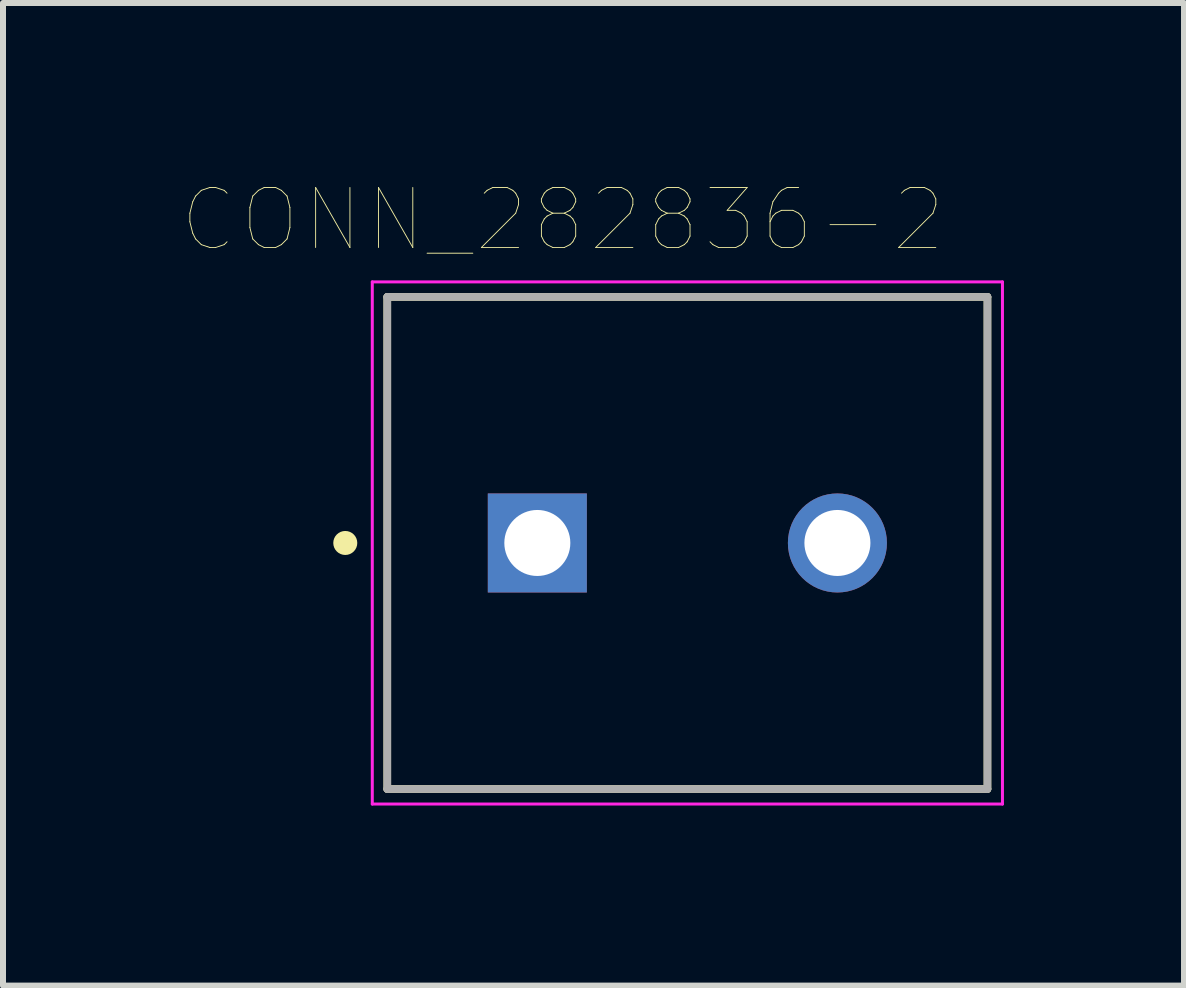
<source format=kicad_pcb>
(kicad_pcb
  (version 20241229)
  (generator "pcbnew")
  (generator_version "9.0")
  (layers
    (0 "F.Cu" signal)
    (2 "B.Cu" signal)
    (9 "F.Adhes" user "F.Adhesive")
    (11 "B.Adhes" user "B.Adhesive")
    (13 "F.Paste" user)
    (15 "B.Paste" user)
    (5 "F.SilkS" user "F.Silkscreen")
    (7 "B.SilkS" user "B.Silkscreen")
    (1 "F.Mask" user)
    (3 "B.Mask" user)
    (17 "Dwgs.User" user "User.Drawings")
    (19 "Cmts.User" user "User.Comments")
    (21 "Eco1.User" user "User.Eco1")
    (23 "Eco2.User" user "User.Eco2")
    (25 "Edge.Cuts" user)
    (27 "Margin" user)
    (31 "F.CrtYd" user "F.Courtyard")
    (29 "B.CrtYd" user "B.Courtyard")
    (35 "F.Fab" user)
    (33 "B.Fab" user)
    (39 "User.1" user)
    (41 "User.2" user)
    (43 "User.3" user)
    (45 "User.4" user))
  (footprint "CONN_282836-2"
    (layer "F.Cu")
    (at 8.403 5.997)
    (property "Reference" "CONN_282836-2" (at -2.075 -5.385 0) (layer "F.SilkS") (effects (font (size 1 1) (thickness 0.015))))
    (attr through_hole)
    (fp_line (start -5 -4.1) (end -5 4.1) (stroke (width 0.127) (type solid)) (layer "F.SilkS"))
    (fp_line (start -5 4.1) (end 5 4.1) (stroke (width 0.127) (type solid)) (layer "F.SilkS"))
    (fp_line (start 5 -4.1) (end -5 -4.1) (stroke (width 0.127) (type solid)) (layer "F.SilkS"))
    (fp_line (start 5 4.1) (end 5 -4.1) (stroke (width 0.127) (type solid)) (layer "F.SilkS"))
    (fp_circle (center -5.7 0) (end -5.6 0) (stroke (width 0.2) (type solid)) (fill no) (layer "F.SilkS"))
    (fp_line (start -5.25 -4.35) (end 5.25 -4.35) (stroke (width 0.05) (type solid)) (layer "F.CrtYd"))
    (fp_line (start -5.25 4.35) (end -5.25 -4.35) (stroke (width 0.05) (type solid)) (layer "F.CrtYd"))
    (fp_line (start 5.25 -4.35) (end 5.25 4.35) (stroke (width 0.05) (type solid)) (layer "F.CrtYd"))
    (fp_line (start 5.25 4.35) (end -5.25 4.35) (stroke (width 0.05) (type solid)) (layer "F.CrtYd"))
    (fp_line (start -5 -4.1) (end -5 4.1) (stroke (width 0.127) (type solid)) (layer "F.Fab"))
    (fp_line (start -5 4.1) (end 5 4.1) (stroke (width 0.127) (type solid)) (layer "F.Fab"))
    (fp_line (start 5 -4.1) (end -5 -4.1) (stroke (width 0.127) (type solid)) (layer "F.Fab"))
    (fp_line (start 5 4.1) (end 5 -4.1) (stroke (width 0.127) (type solid)) (layer "F.Fab"))
    (fp_circle (center -2.5 0) (end -2.4 0) (stroke (width 0.2) (type solid)) (fill no) (layer "F.Fab"))
    (pad "1" thru_hole rect (at -2.5 0) (size 1.65 1.65) (drill 1.1) (layers "*.Cu" "*.Mask"))
    (pad "2" thru_hole circle (at 2.5 0) (size 1.65 1.65) (drill 1.1) (layers "*.Cu" "*.Mask")))
  (gr_rect
    (start -3 -3)
    (end 16.678 13.372)
    (stroke (width 0.1) (type default))
    (fill no)
    (layer "Edge.Cuts")))
</source>
